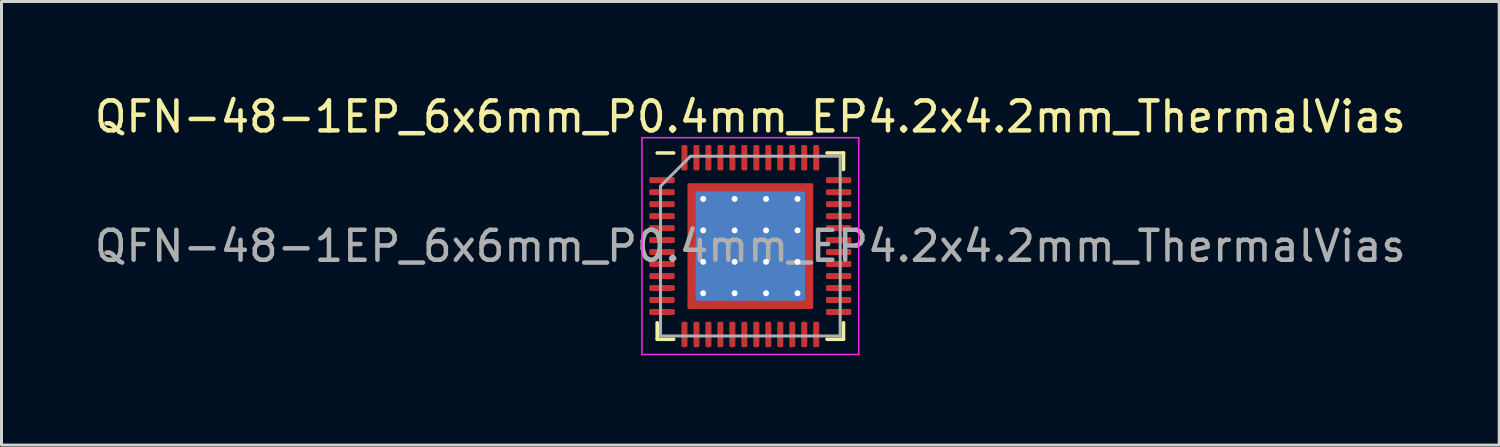
<source format=kicad_pcb>
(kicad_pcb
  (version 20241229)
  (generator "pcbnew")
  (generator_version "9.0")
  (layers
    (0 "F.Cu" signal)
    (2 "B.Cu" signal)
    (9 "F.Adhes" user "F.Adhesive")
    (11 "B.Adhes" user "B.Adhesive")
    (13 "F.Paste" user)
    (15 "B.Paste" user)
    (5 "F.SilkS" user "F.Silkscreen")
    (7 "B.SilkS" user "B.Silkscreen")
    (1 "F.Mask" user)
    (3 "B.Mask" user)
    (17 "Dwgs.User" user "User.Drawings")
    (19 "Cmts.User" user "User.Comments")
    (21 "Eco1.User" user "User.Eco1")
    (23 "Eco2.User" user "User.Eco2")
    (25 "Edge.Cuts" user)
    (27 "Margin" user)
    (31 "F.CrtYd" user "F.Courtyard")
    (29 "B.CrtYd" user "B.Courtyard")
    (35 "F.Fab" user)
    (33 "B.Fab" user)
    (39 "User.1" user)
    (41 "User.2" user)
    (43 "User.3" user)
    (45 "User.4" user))
  (footprint "QFN-48-1EP_6x6mm_P0.4mm_EP4.2x4.2mm_ThermalVias"
    (layer "F.Cu")
    (at 22.006 5.168)
    (property "Reference" "QFN-48-1EP_6x6mm_P0.4mm_EP4.2x4.2mm_ThermalVias" (at 0 -4.32 0) (layer "F.SilkS") (effects (font (size 1 1) (thickness 0.15))))
    (attr smd)
    (fp_line (start -3.11 3.11) (end -3.11 2.56) (stroke (width 0.12) (type solid)) (layer "F.SilkS"))
    (fp_line (start -2.56 -3.11) (end -3.11 -3.11) (stroke (width 0.12) (type solid)) (layer "F.SilkS"))
    (fp_line (start -2.56 3.11) (end -3.11 3.11) (stroke (width 0.12) (type solid)) (layer "F.SilkS"))
    (fp_line (start 2.56 -3.11) (end 3.11 -3.11) (stroke (width 0.12) (type solid)) (layer "F.SilkS"))
    (fp_line (start 2.56 3.11) (end 3.11 3.11) (stroke (width 0.12) (type solid)) (layer "F.SilkS"))
    (fp_line (start 3.11 -3.11) (end 3.11 -2.56) (stroke (width 0.12) (type solid)) (layer "F.SilkS"))
    (fp_line (start 3.11 3.11) (end 3.11 2.56) (stroke (width 0.12) (type solid)) (layer "F.SilkS"))
    (fp_line (start -3.62 -3.62) (end -3.62 3.62) (stroke (width 0.05) (type solid)) (layer "F.CrtYd"))
    (fp_line (start -3.62 3.62) (end 3.62 3.62) (stroke (width 0.05) (type solid)) (layer "F.CrtYd"))
    (fp_line (start 3.62 -3.62) (end -3.62 -3.62) (stroke (width 0.05) (type solid)) (layer "F.CrtYd"))
    (fp_line (start 3.62 3.62) (end 3.62 -3.62) (stroke (width 0.05) (type solid)) (layer "F.CrtYd"))
    (fp_line (start -3 -2) (end -2 -3) (stroke (width 0.1) (type solid)) (layer "F.Fab"))
    (fp_line (start -3 3) (end -3 -2) (stroke (width 0.1) (type solid)) (layer "F.Fab"))
    (fp_line (start -2 -3) (end 3 -3) (stroke (width 0.1) (type solid)) (layer "F.Fab"))
    (fp_line (start 3 -3) (end 3 3) (stroke (width 0.1) (type solid)) (layer "F.Fab"))
    (fp_line (start 3 3) (end -3 3) (stroke (width 0.1) (type solid)) (layer "F.Fab"))
    (fp_text user "${REFERENCE}" (at 0 0 0) (layer "F.Fab") (effects (font (size 1 1) (thickness 0.15))))
    (pad "" smd custom (at -1.837 -1.837) (size 0.295 0.295) (layers "F.Paste") (options (anchor circle)) (primitives (gr_poly (pts (xy -0.212 -0.212) (xy 0.212 -0.212) (xy 0.212 0.031) (xy 0.031 0.212) (xy -0.212 0.212)) (width 0) (fill yes))))
    (pad "" smd custom (at -1.837 -1.05) (size 0.331 0.331) (layers "F.Paste") (options (anchor circle)) (primitives (gr_poly (pts (xy -0.212 -0.423) (xy 0.081 -0.423) (xy 0.212 -0.293) (xy 0.212 0.293) (xy 0.081 0.423) (xy -0.212 0.423)) (width 0) (fill yes))))
    (pad "" smd custom (at -1.837 0) (size 0.331 0.331) (layers "F.Paste") (options (anchor circle)) (primitives (gr_poly (pts (xy -0.212 -0.423) (xy 0.081 -0.423) (xy 0.212 -0.293) (xy 0.212 0.293) (xy 0.081 0.423) (xy -0.212 0.423)) (width 0) (fill yes))))
    (pad "" smd custom (at -1.837 1.05) (size 0.331 0.331) (layers "F.Paste") (options (anchor circle)) (primitives (gr_poly (pts (xy -0.212 -0.423) (xy 0.081 -0.423) (xy 0.212 -0.293) (xy 0.212 0.293) (xy 0.081 0.423) (xy -0.212 0.423)) (width 0) (fill yes))))
    (pad "" smd custom (at -1.837 1.837) (size 0.295 0.295) (layers "F.Paste") (options (anchor circle)) (primitives (gr_poly (pts (xy -0.212 -0.212) (xy 0.031 -0.212) (xy 0.212 -0.031) (xy 0.212 0.212) (xy -0.212 0.212)) (width 0) (fill yes))))
    (pad "" smd custom (at -1.05 -1.837) (size 0.331 0.331) (layers "F.Paste") (options (anchor circle)) (primitives (gr_poly (pts (xy -0.423 -0.212) (xy 0.423 -0.212) (xy 0.423 0.081) (xy 0.293 0.212) (xy -0.293 0.212) (xy -0.423 0.081)) (width 0) (fill yes))))
    (pad "" smd custom (at -1.05 -1.05) (size 0.79 0.79) (layers "F.Paste") (options (anchor circle)) (primitives (gr_poly (pts (xy -0.423 -0.344) (xy -0.344 -0.423) (xy 0.344 -0.423) (xy 0.423 -0.344) (xy 0.423 0.344) (xy 0.344 0.423) (xy -0.344 0.423) (xy -0.423 0.344)) (width 0) (fill yes))))
    (pad "" smd custom (at -1.05 0) (size 0.79 0.79) (layers "F.Paste") (options (anchor circle)) (primitives (gr_poly (pts (xy -0.423 -0.344) (xy -0.344 -0.423) (xy 0.344 -0.423) (xy 0.423 -0.344) (xy 0.423 0.344) (xy 0.344 0.423) (xy -0.344 0.423) (xy -0.423 0.344)) (width 0) (fill yes))))
    (pad "" smd custom (at -1.05 1.05) (size 0.79 0.79) (layers "F.Paste") (options (anchor circle)) (primitives (gr_poly (pts (xy -0.423 -0.344) (xy -0.344 -0.423) (xy 0.344 -0.423) (xy 0.423 -0.344) (xy 0.423 0.344) (xy 0.344 0.423) (xy -0.344 0.423) (xy -0.423 0.344)) (width 0) (fill yes))))
    (pad "" smd custom (at -1.05 1.837) (size 0.331 0.331) (layers "F.Paste") (options (anchor circle)) (primitives (gr_poly (pts (xy -0.423 -0.081) (xy -0.293 -0.212) (xy 0.293 -0.212) (xy 0.423 -0.081) (xy 0.423 0.212) (xy -0.423 0.212)) (width 0) (fill yes))))
    (pad "" smd custom (at 0 -1.837) (size 0.331 0.331) (layers "F.Paste") (options (anchor circle)) (primitives (gr_poly (pts (xy -0.423 -0.212) (xy 0.423 -0.212) (xy 0.423 0.081) (xy 0.293 0.212) (xy -0.293 0.212) (xy -0.423 0.081)) (width 0) (fill yes))))
    (pad "" smd custom (at 0 -1.05) (size 0.79 0.79) (layers "F.Paste") (options (anchor circle)) (primitives (gr_poly (pts (xy -0.423 -0.344) (xy -0.344 -0.423) (xy 0.344 -0.423) (xy 0.423 -0.344) (xy 0.423 0.344) (xy 0.344 0.423) (xy -0.344 0.423) (xy -0.423 0.344)) (width 0) (fill yes))))
    (pad "" smd custom (at 0 0) (size 0.79 0.79) (layers "F.Paste") (options (anchor circle)) (primitives (gr_poly (pts (xy -0.423 -0.344) (xy -0.344 -0.423) (xy 0.344 -0.423) (xy 0.423 -0.344) (xy 0.423 0.344) (xy 0.344 0.423) (xy -0.344 0.423) (xy -0.423 0.344)) (width 0) (fill yes))))
    (pad "" smd custom (at 0 1.05) (size 0.79 0.79) (layers "F.Paste") (options (anchor circle)) (primitives (gr_poly (pts (xy -0.423 -0.344) (xy -0.344 -0.423) (xy 0.344 -0.423) (xy 0.423 -0.344) (xy 0.423 0.344) (xy 0.344 0.423) (xy -0.344 0.423) (xy -0.423 0.344)) (width 0) (fill yes))))
    (pad "" smd custom (at 0 1.837) (size 0.331 0.331) (layers "F.Paste") (options (anchor circle)) (primitives (gr_poly (pts (xy -0.423 -0.081) (xy -0.293 -0.212) (xy 0.293 -0.212) (xy 0.423 -0.081) (xy 0.423 0.212) (xy -0.423 0.212)) (width 0) (fill yes))))
    (pad "" smd custom (at 1.05 -1.837) (size 0.331 0.331) (layers "F.Paste") (options (anchor circle)) (primitives (gr_poly (pts (xy -0.423 -0.212) (xy 0.423 -0.212) (xy 0.423 0.081) (xy 0.293 0.212) (xy -0.293 0.212) (xy -0.423 0.081)) (width 0) (fill yes))))
    (pad "" smd custom (at 1.05 -1.05) (size 0.79 0.79) (layers "F.Paste") (options (anchor circle)) (primitives (gr_poly (pts (xy -0.423 -0.344) (xy -0.344 -0.423) (xy 0.344 -0.423) (xy 0.423 -0.344) (xy 0.423 0.344) (xy 0.344 0.423) (xy -0.344 0.423) (xy -0.423 0.344)) (width 0) (fill yes))))
    (pad "" smd custom (at 1.05 0) (size 0.79 0.79) (layers "F.Paste") (options (anchor circle)) (primitives (gr_poly (pts (xy -0.423 -0.344) (xy -0.344 -0.423) (xy 0.344 -0.423) (xy 0.423 -0.344) (xy 0.423 0.344) (xy 0.344 0.423) (xy -0.344 0.423) (xy -0.423 0.344)) (width 0) (fill yes))))
    (pad "" smd custom (at 1.05 1.05) (size 0.79 0.79) (layers "F.Paste") (options (anchor circle)) (primitives (gr_poly (pts (xy -0.423 -0.344) (xy -0.344 -0.423) (xy 0.344 -0.423) (xy 0.423 -0.344) (xy 0.423 0.344) (xy 0.344 0.423) (xy -0.344 0.423) (xy -0.423 0.344)) (width 0) (fill yes))))
    (pad "" smd custom (at 1.05 1.837) (size 0.331 0.331) (layers "F.Paste") (options (anchor circle)) (primitives (gr_poly (pts (xy -0.423 -0.081) (xy -0.293 -0.212) (xy 0.293 -0.212) (xy 0.423 -0.081) (xy 0.423 0.212) (xy -0.423 0.212)) (width 0) (fill yes))))
    (pad "" smd custom (at 1.837 -1.837) (size 0.295 0.295) (layers "F.Paste") (options (anchor circle)) (primitives (gr_poly (pts (xy -0.212 -0.212) (xy 0.212 -0.212) (xy 0.212 0.212) (xy -0.031 0.212) (xy -0.212 0.031)) (width 0) (fill yes))))
    (pad "" smd custom (at 1.837 -1.05) (size 0.331 0.331) (layers "F.Paste") (options (anchor circle)) (primitives (gr_poly (pts (xy -0.212 -0.293) (xy -0.081 -0.423) (xy 0.212 -0.423) (xy 0.212 0.423) (xy -0.081 0.423) (xy -0.212 0.293)) (width 0) (fill yes))))
    (pad "" smd custom (at 1.837 0) (size 0.331 0.331) (layers "F.Paste") (options (anchor circle)) (primitives (gr_poly (pts (xy -0.212 -0.293) (xy -0.081 -0.423) (xy 0.212 -0.423) (xy 0.212 0.423) (xy -0.081 0.423) (xy -0.212 0.293)) (width 0) (fill yes))))
    (pad "" smd custom (at 1.837 1.05) (size 0.331 0.331) (layers "F.Paste") (options (anchor circle)) (primitives (gr_poly (pts (xy -0.212 -0.293) (xy -0.081 -0.423) (xy 0.212 -0.423) (xy 0.212 0.423) (xy -0.081 0.423) (xy -0.212 0.293)) (width 0) (fill yes))))
    (pad "" smd custom (at 1.837 1.837) (size 0.295 0.295) (layers "F.Paste") (options (anchor circle)) (primitives (gr_poly (pts (xy -0.212 -0.031) (xy -0.031 -0.212) (xy 0.212 -0.212) (xy 0.212 0.212) (xy -0.212 0.212)) (width 0) (fill yes))))
    (pad "1" smd roundrect (at -2.95 -2.2) (size 0.85 0.2) (layers "F.Cu" "F.Mask" "F.Paste") (roundrect_rratio 0.25))
    (pad "2" smd roundrect (at -2.95 -1.8) (size 0.85 0.2) (layers "F.Cu" "F.Mask" "F.Paste") (roundrect_rratio 0.25))
    (pad "3" smd roundrect (at -2.95 -1.4) (size 0.85 0.2) (layers "F.Cu" "F.Mask" "F.Paste") (roundrect_rratio 0.25))
    (pad "4" smd roundrect (at -2.95 -1) (size 0.85 0.2) (layers "F.Cu" "F.Mask" "F.Paste") (roundrect_rratio 0.25))
    (pad "5" smd roundrect (at -2.95 -0.6) (size 0.85 0.2) (layers "F.Cu" "F.Mask" "F.Paste") (roundrect_rratio 0.25))
    (pad "6" smd roundrect (at -2.95 -0.2) (size 0.85 0.2) (layers "F.Cu" "F.Mask" "F.Paste") (roundrect_rratio 0.25))
    (pad "7" smd roundrect (at -2.95 0.2) (size 0.85 0.2) (layers "F.Cu" "F.Mask" "F.Paste") (roundrect_rratio 0.25))
    (pad "8" smd roundrect (at -2.95 0.6) (size 0.85 0.2) (layers "F.Cu" "F.Mask" "F.Paste") (roundrect_rratio 0.25))
    (pad "9" smd roundrect (at -2.95 1) (size 0.85 0.2) (layers "F.Cu" "F.Mask" "F.Paste") (roundrect_rratio 0.25))
    (pad "10" smd roundrect (at -2.95 1.4) (size 0.85 0.2) (layers "F.Cu" "F.Mask" "F.Paste") (roundrect_rratio 0.25))
    (pad "11" smd roundrect (at -2.95 1.8) (size 0.85 0.2) (layers "F.Cu" "F.Mask" "F.Paste") (roundrect_rratio 0.25))
    (pad "12" smd roundrect (at -2.95 2.2) (size 0.85 0.2) (layers "F.Cu" "F.Mask" "F.Paste") (roundrect_rratio 0.25))
    (pad "13" smd roundrect (at -2.2 2.95) (size 0.2 0.85) (layers "F.Cu" "F.Mask" "F.Paste") (roundrect_rratio 0.25))
    (pad "14" smd roundrect (at -1.8 2.95) (size 0.2 0.85) (layers "F.Cu" "F.Mask" "F.Paste") (roundrect_rratio 0.25))
    (pad "15" smd roundrect (at -1.4 2.95) (size 0.2 0.85) (layers "F.Cu" "F.Mask" "F.Paste") (roundrect_rratio 0.25))
    (pad "16" smd roundrect (at -1 2.95) (size 0.2 0.85) (layers "F.Cu" "F.Mask" "F.Paste") (roundrect_rratio 0.25))
    (pad "17" smd roundrect (at -0.6 2.95) (size 0.2 0.85) (layers "F.Cu" "F.Mask" "F.Paste") (roundrect_rratio 0.25))
    (pad "18" smd roundrect (at -0.2 2.95) (size 0.2 0.85) (layers "F.Cu" "F.Mask" "F.Paste") (roundrect_rratio 0.25))
    (pad "19" smd roundrect (at 0.2 2.95) (size 0.2 0.85) (layers "F.Cu" "F.Mask" "F.Paste") (roundrect_rratio 0.25))
    (pad "20" smd roundrect (at 0.6 2.95) (size 0.2 0.85) (layers "F.Cu" "F.Mask" "F.Paste") (roundrect_rratio 0.25))
    (pad "21" smd roundrect (at 1 2.95) (size 0.2 0.85) (layers "F.Cu" "F.Mask" "F.Paste") (roundrect_rratio 0.25))
    (pad "22" smd roundrect (at 1.4 2.95) (size 0.2 0.85) (layers "F.Cu" "F.Mask" "F.Paste") (roundrect_rratio 0.25))
    (pad "23" smd roundrect (at 1.8 2.95) (size 0.2 0.85) (layers "F.Cu" "F.Mask" "F.Paste") (roundrect_rratio 0.25))
    (pad "24" smd roundrect (at 2.2 2.95) (size 0.2 0.85) (layers "F.Cu" "F.Mask" "F.Paste") (roundrect_rratio 0.25))
    (pad "25" smd roundrect (at 2.95 2.2) (size 0.85 0.2) (layers "F.Cu" "F.Mask" "F.Paste") (roundrect_rratio 0.25))
    (pad "26" smd roundrect (at 2.95 1.8) (size 0.85 0.2) (layers "F.Cu" "F.Mask" "F.Paste") (roundrect_rratio 0.25))
    (pad "27" smd roundrect (at 2.95 1.4) (size 0.85 0.2) (layers "F.Cu" "F.Mask" "F.Paste") (roundrect_rratio 0.25))
    (pad "28" smd roundrect (at 2.95 1) (size 0.85 0.2) (layers "F.Cu" "F.Mask" "F.Paste") (roundrect_rratio 0.25))
    (pad "29" smd roundrect (at 2.95 0.6) (size 0.85 0.2) (layers "F.Cu" "F.Mask" "F.Paste") (roundrect_rratio 0.25))
    (pad "30" smd roundrect (at 2.95 0.2) (size 0.85 0.2) (layers "F.Cu" "F.Mask" "F.Paste") (roundrect_rratio 0.25))
    (pad "31" smd roundrect (at 2.95 -0.2) (size 0.85 0.2) (layers "F.Cu" "F.Mask" "F.Paste") (roundrect_rratio 0.25))
    (pad "32" smd roundrect (at 2.95 -0.6) (size 0.85 0.2) (layers "F.Cu" "F.Mask" "F.Paste") (roundrect_rratio 0.25))
    (pad "33" smd roundrect (at 2.95 -1) (size 0.85 0.2) (layers "F.Cu" "F.Mask" "F.Paste") (roundrect_rratio 0.25))
    (pad "34" smd roundrect (at 2.95 -1.4) (size 0.85 0.2) (layers "F.Cu" "F.Mask" "F.Paste") (roundrect_rratio 0.25))
    (pad "35" smd roundrect (at 2.95 -1.8) (size 0.85 0.2) (layers "F.Cu" "F.Mask" "F.Paste") (roundrect_rratio 0.25))
    (pad "36" smd roundrect (at 2.95 -2.2) (size 0.85 0.2) (layers "F.Cu" "F.Mask" "F.Paste") (roundrect_rratio 0.25))
    (pad "37" smd roundrect (at 2.2 -2.95) (size 0.2 0.85) (layers "F.Cu" "F.Mask" "F.Paste") (roundrect_rratio 0.25))
    (pad "38" smd roundrect (at 1.8 -2.95) (size 0.2 0.85) (layers "F.Cu" "F.Mask" "F.Paste") (roundrect_rratio 0.25))
    (pad "39" smd roundrect (at 1.4 -2.95) (size 0.2 0.85) (layers "F.Cu" "F.Mask" "F.Paste") (roundrect_rratio 0.25))
    (pad "40" smd roundrect (at 1 -2.95) (size 0.2 0.85) (layers "F.Cu" "F.Mask" "F.Paste") (roundrect_rratio 0.25))
    (pad "41" smd roundrect (at 0.6 -2.95) (size 0.2 0.85) (layers "F.Cu" "F.Mask" "F.Paste") (roundrect_rratio 0.25))
    (pad "42" smd roundrect (at 0.2 -2.95) (size 0.2 0.85) (layers "F.Cu" "F.Mask" "F.Paste") (roundrect_rratio 0.25))
    (pad "43" smd roundrect (at -0.2 -2.95) (size 0.2 0.85) (layers "F.Cu" "F.Mask" "F.Paste") (roundrect_rratio 0.25))
    (pad "44" smd roundrect (at -0.6 -2.95) (size 0.2 0.85) (layers "F.Cu" "F.Mask" "F.Paste") (roundrect_rratio 0.25))
    (pad "45" smd roundrect (at -1 -2.95) (size 0.2 0.85) (layers "F.Cu" "F.Mask" "F.Paste") (roundrect_rratio 0.25))
    (pad "46" smd roundrect (at -1.4 -2.95) (size 0.2 0.85) (layers "F.Cu" "F.Mask" "F.Paste") (roundrect_rratio 0.25))
    (pad "47" smd roundrect (at -1.8 -2.95) (size 0.2 0.85) (layers "F.Cu" "F.Mask" "F.Paste") (roundrect_rratio 0.25))
    (pad "48" smd roundrect (at -2.2 -2.95) (size 0.2 0.85) (layers "F.Cu" "F.Mask" "F.Paste") (roundrect_rratio 0.25))
    (pad "49" thru_hole circle (at -1.575 -1.575) (size 0.5 0.5) (drill 0.2) (layers "*.Cu"))
    (pad "49" thru_hole circle (at -1.575 -0.525) (size 0.5 0.5) (drill 0.2) (layers "*.Cu"))
    (pad "49" thru_hole circle (at -1.575 0.525) (size 0.5 0.5) (drill 0.2) (layers "*.Cu"))
    (pad "49" thru_hole circle (at -1.575 1.575) (size 0.5 0.5) (drill 0.2) (layers "*.Cu"))
    (pad "49" thru_hole circle (at -0.525 -1.575) (size 0.5 0.5) (drill 0.2) (layers "*.Cu"))
    (pad "49" thru_hole circle (at -0.525 -0.525) (size 0.5 0.5) (drill 0.2) (layers "*.Cu"))
    (pad "49" thru_hole circle (at -0.525 0.525) (size 0.5 0.5) (drill 0.2) (layers "*.Cu"))
    (pad "49" thru_hole circle (at -0.525 1.575) (size 0.5 0.5) (drill 0.2) (layers "*.Cu"))
    (pad "49" smd roundrect (at 0 0) (size 3.65 3.65) (layers "B.Cu") (roundrect_rratio 0.014))
    (pad "49" smd roundrect (at 0 0) (size 4.2 4.2) (layers "F.Cu" "F.Mask") (roundrect_rratio 0.012))
    (pad "49" thru_hole circle (at 0.525 -1.575) (size 0.5 0.5) (drill 0.2) (layers "*.Cu"))
    (pad "49" thru_hole circle (at 0.525 -0.525) (size 0.5 0.5) (drill 0.2) (layers "*.Cu"))
    (pad "49" thru_hole circle (at 0.525 0.525) (size 0.5 0.5) (drill 0.2) (layers "*.Cu"))
    (pad "49" thru_hole circle (at 0.525 1.575) (size 0.5 0.5) (drill 0.2) (layers "*.Cu"))
    (pad "49" thru_hole circle (at 1.575 -1.575) (size 0.5 0.5) (drill 0.2) (layers "*.Cu"))
    (pad "49" thru_hole circle (at 1.575 -0.525) (size 0.5 0.5) (drill 0.2) (layers "*.Cu"))
    (pad "49" thru_hole circle (at 1.575 0.525) (size 0.5 0.5) (drill 0.2) (layers "*.Cu"))
    (pad "49" thru_hole circle (at 1.575 1.575) (size 0.5 0.5) (drill 0.2) (layers "*.Cu")))
  (gr_rect
    (start -3 -3)
    (end 47.012 11.813)
    (stroke (width 0.1) (type default))
    (fill no)
    (layer "Edge.Cuts")))
</source>
